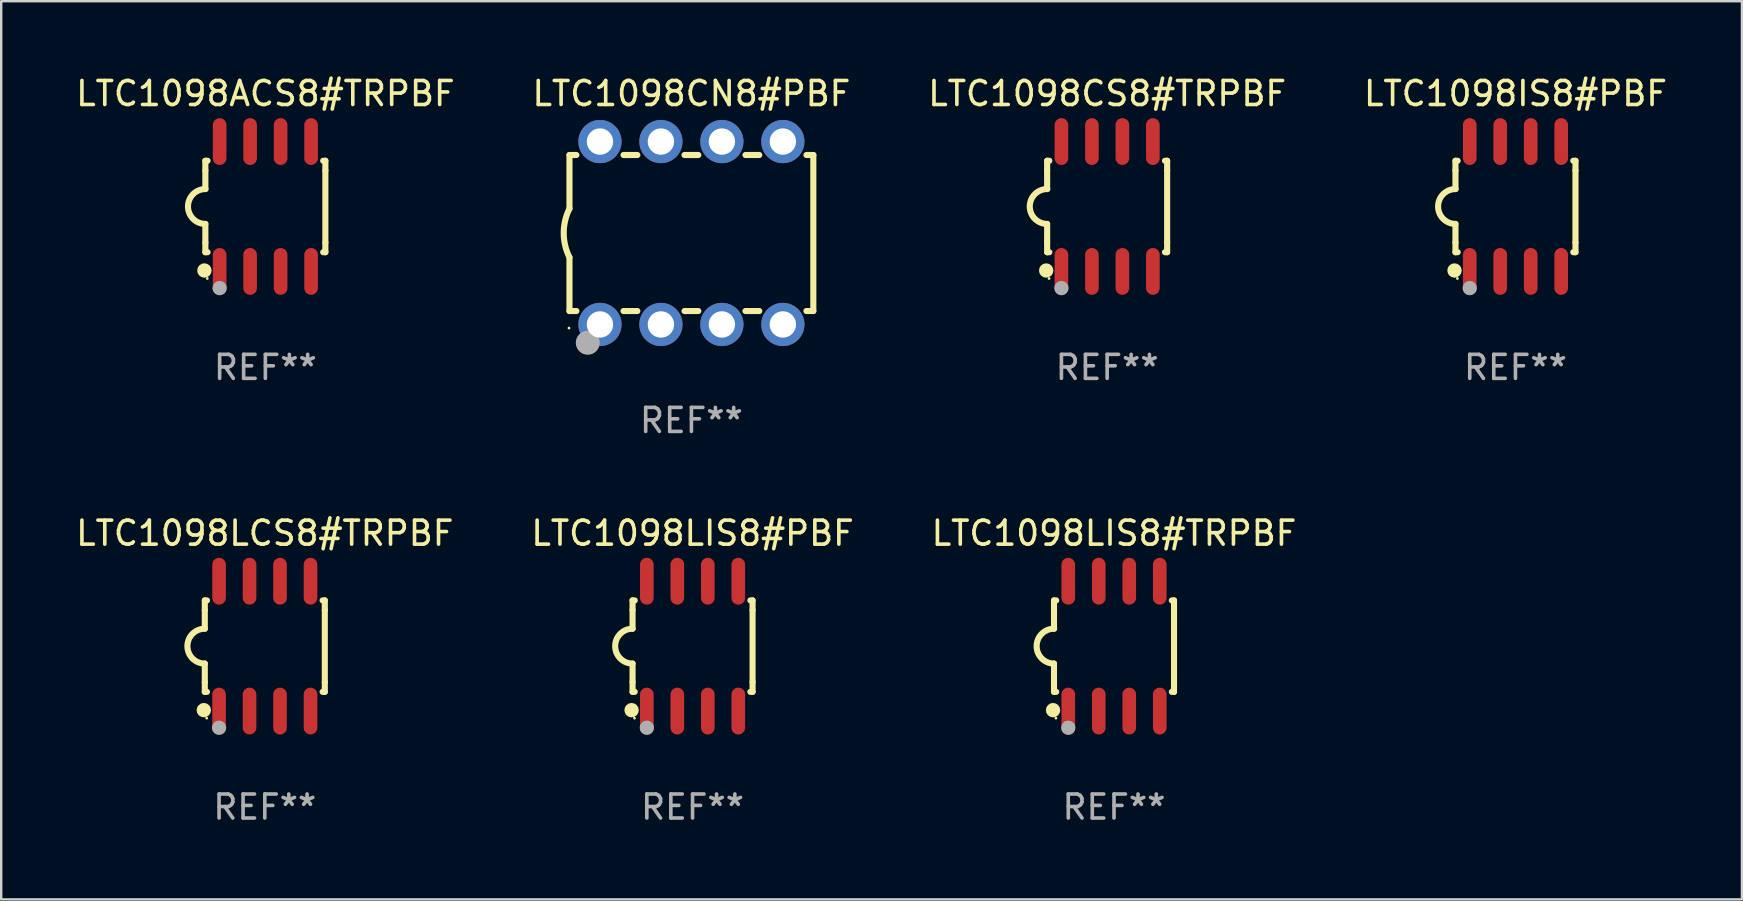
<source format=kicad_pcb>
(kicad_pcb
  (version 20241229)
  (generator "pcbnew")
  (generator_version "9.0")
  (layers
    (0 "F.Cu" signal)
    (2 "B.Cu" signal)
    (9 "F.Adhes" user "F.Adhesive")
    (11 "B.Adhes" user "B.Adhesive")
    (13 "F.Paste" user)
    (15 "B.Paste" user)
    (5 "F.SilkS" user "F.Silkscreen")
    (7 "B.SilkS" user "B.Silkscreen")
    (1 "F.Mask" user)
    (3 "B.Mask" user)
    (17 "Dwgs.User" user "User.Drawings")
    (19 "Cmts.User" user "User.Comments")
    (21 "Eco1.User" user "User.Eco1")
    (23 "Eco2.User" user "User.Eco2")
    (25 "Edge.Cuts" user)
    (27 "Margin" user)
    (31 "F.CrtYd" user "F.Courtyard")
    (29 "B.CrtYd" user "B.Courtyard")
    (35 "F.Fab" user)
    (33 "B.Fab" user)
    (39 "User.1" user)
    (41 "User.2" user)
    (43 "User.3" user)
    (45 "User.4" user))
  (footprint "LTC1098CN8#PBF"
    (layer "F.Cu")
    (at 25.756 6.658)
    (property "Reference" "LTC1098CN8#PBF" (at 0 -5.81 0) (layer "F.SilkS") (effects (font (size 1 1) (thickness 0.15))))
    (attr through_hole)
    (fp_line (start -5.08 -3.25) (end -5.08 -1.017) (stroke (width 0.254) (type solid)) (layer "F.SilkS"))
    (fp_line (start -5.08 -3.25) (end -4.792 -3.25) (stroke (width 0.254) (type solid)) (layer "F.SilkS"))
    (fp_line (start -5.08 3.25) (end -5.08 1.015) (stroke (width 0.254) (type solid)) (layer "F.SilkS"))
    (fp_line (start -5.08 3.25) (end -4.792 3.25) (stroke (width 0.254) (type solid)) (layer "F.SilkS"))
    (fp_line (start -2.828 -3.25) (end -2.252 -3.25) (stroke (width 0.254) (type solid)) (layer "F.SilkS"))
    (fp_line (start -2.828 3.25) (end -2.252 3.25) (stroke (width 0.254) (type solid)) (layer "F.SilkS"))
    (fp_line (start -0.288 -3.25) (end 0.288 -3.25) (stroke (width 0.254) (type solid)) (layer "F.SilkS"))
    (fp_line (start -0.288 3.25) (end 0.288 3.25) (stroke (width 0.254) (type solid)) (layer "F.SilkS"))
    (fp_line (start 2.252 -3.25) (end 2.828 -3.25) (stroke (width 0.254) (type solid)) (layer "F.SilkS"))
    (fp_line (start 2.252 3.25) (end 2.828 3.25) (stroke (width 0.254) (type solid)) (layer "F.SilkS"))
    (fp_line (start 4.792 -3.25) (end 5.08 -3.25) (stroke (width 0.254) (type solid)) (layer "F.SilkS"))
    (fp_line (start 4.792 3.25) (end 5.08 3.25) (stroke (width 0.254) (type solid)) (layer "F.SilkS"))
    (fp_line (start 5.08 -3.25) (end 5.08 3.25) (stroke (width 0.254) (type solid)) (layer "F.SilkS"))
    (fp_arc (start -5.08001 1.01524) (mid -5.319856 -0.000762) (end -5.08001 -1.016764) (stroke (width 0.254001) (type solid)) (layer "F.SilkS"))
    (fp_circle (center -5.1 3.96) (end -5.07 3.96) (stroke (width 0.06) (type solid)) (fill no) (layer "F.SilkS"))
    (fp_circle (center -4.318 4.572) (end -4.068 4.572) (stroke (width 0.5) (type solid)) (fill no) (layer "F.Fab"))
    (fp_text user "REF**" (at 0 7.81 0) (layer "F.Fab") (effects (font (size 1 1) (thickness 0.15))))
    (pad "1" thru_hole circle (at -3.81 3.81) (size 1.8 1.8) (drill 1.1) (layers "*.Cu" "*.Mask"))
    (pad "2" thru_hole circle (at -1.27 3.81) (size 1.8 1.8) (drill 1.1) (layers "*.Cu" "*.Mask"))
    (pad "3" thru_hole circle (at 1.27 3.81) (size 1.8 1.8) (drill 1.1) (layers "*.Cu" "*.Mask"))
    (pad "4" thru_hole circle (at 3.81 3.81) (size 1.8 1.8) (drill 1.1) (layers "*.Cu" "*.Mask"))
    (pad "5" thru_hole circle (at 3.81 -3.81) (size 1.8 1.8) (drill 1.1) (layers "*.Cu" "*.Mask"))
    (pad "6" thru_hole circle (at 1.27 -3.81) (size 1.8 1.8) (drill 1.1) (layers "*.Cu" "*.Mask"))
    (pad "7" thru_hole circle (at -1.27 -3.81) (size 1.8 1.8) (drill 1.1) (layers "*.Cu" "*.Mask"))
    (pad "8" thru_hole circle (at -3.81 -3.81) (size 1.8 1.8) (drill 1.1) (layers "*.Cu" "*.Mask")))
  (footprint "LTC1098ACS8#TRPBF"
    (layer "F.Cu")
    (at 8.006 5.553)
    (property "Reference" "LTC1098ACS8#TRPBF" (at 0 -4.705 0) (layer "F.SilkS") (effects (font (size 1 1) (thickness 0.15))))
    (attr through_hole)
    (fp_line (start -2.5 -1.905) (end -2.409 -1.905) (stroke (width 0.254) (type solid)) (layer "F.SilkS"))
    (fp_line (start -2.5 -1.5) (end -2.5 -1.905) (stroke (width 0.254) (type solid)) (layer "F.SilkS"))
    (fp_line (start -2.5 -1.5) (end -2.5 -0.726) (stroke (width 0.254) (type solid)) (layer "F.SilkS"))
    (fp_line (start -2.5 1.5) (end -2.5 0.727) (stroke (width 0.254) (type solid)) (layer "F.SilkS"))
    (fp_line (start -2.5 1.5) (end -2.5 1.905) (stroke (width 0.254) (type solid)) (layer "F.SilkS"))
    (fp_line (start -2.5 1.905) (end -2.409 1.905) (stroke (width 0.254) (type solid)) (layer "F.SilkS"))
    (fp_line (start 2.5 -1.905) (end 2.409 -1.905) (stroke (width 0.254) (type solid)) (layer "F.SilkS"))
    (fp_line (start 2.5 -1.5) (end 2.5 -1.905) (stroke (width 0.254) (type solid)) (layer "F.SilkS"))
    (fp_line (start 2.5 -1.5) (end 2.5 1.5) (stroke (width 0.254) (type solid)) (layer "F.SilkS"))
    (fp_line (start 2.5 1.5) (end 2.5 1.905) (stroke (width 0.254) (type solid)) (layer "F.SilkS"))
    (fp_line (start 2.5 1.905) (end 2.409 1.905) (stroke (width 0.254) (type solid)) (layer "F.SilkS"))
    (fp_arc (start -2.5 0.726568) (mid -3.220316 -0.0023) (end -2.495097 -0.726289) (stroke (width 0.254001) (type solid)) (layer "F.SilkS"))
    (fp_circle (center -2.54 2.667) (end -2.39 2.667) (stroke (width 0.3) (type solid)) (fill no) (layer "F.SilkS"))
    (fp_circle (center -2.42 3) (end -2.39 3) (stroke (width 0.06) (type solid)) (fill no) (layer "F.SilkS"))
    (fp_circle (center -1.905 3.4) (end -1.755 3.4) (stroke (width 0.3) (type solid)) (fill no) (layer "F.Fab"))
    (fp_text user "REF**" (at 0 6.705 0) (layer "F.Fab") (effects (font (size 1 1) (thickness 0.15))))
    (pad "1" smd oval (at -1.905 2.705) (size 0.568 1.95) (layers "F.Cu" "F.Mask" "F.Paste"))
    (pad "2" smd oval (at -0.635 2.705) (size 0.568 1.95) (layers "F.Cu" "F.Mask" "F.Paste"))
    (pad "3" smd oval (at 0.635 2.705) (size 0.568 1.95) (layers "F.Cu" "F.Mask" "F.Paste"))
    (pad "4" smd oval (at 1.905 2.705) (size 0.568 1.95) (layers "F.Cu" "F.Mask" "F.Paste"))
    (pad "5" smd oval (at 1.905 -2.705) (size 0.568 1.95) (layers "F.Cu" "F.Mask" "F.Paste"))
    (pad "6" smd oval (at 0.635 -2.705) (size 0.568 1.95) (layers "F.Cu" "F.Mask" "F.Paste"))
    (pad "7" smd oval (at -0.635 -2.705) (size 0.568 1.95) (layers "F.Cu" "F.Mask" "F.Paste"))
    (pad "8" smd oval (at -1.905 -2.705) (size 0.568 1.95) (layers "F.Cu" "F.Mask" "F.Paste")))
  (footprint "LTC1098LIS8#PBF"
    (layer "F.Cu")
    (at 25.804 23.87)
    (property "Reference" "LTC1098LIS8#PBF" (at 0 -4.705 0) (layer "F.SilkS") (effects (font (size 1 1) (thickness 0.15))))
    (attr through_hole)
    (fp_line (start -2.5 -1.905) (end -2.409 -1.905) (stroke (width 0.254) (type solid)) (layer "F.SilkS"))
    (fp_line (start -2.5 -1.5) (end -2.5 -1.905) (stroke (width 0.254) (type solid)) (layer "F.SilkS"))
    (fp_line (start -2.5 -1.5) (end -2.5 -0.726) (stroke (width 0.254) (type solid)) (layer "F.SilkS"))
    (fp_line (start -2.5 1.5) (end -2.5 0.727) (stroke (width 0.254) (type solid)) (layer "F.SilkS"))
    (fp_line (start -2.5 1.5) (end -2.5 1.905) (stroke (width 0.254) (type solid)) (layer "F.SilkS"))
    (fp_line (start -2.5 1.905) (end -2.409 1.905) (stroke (width 0.254) (type solid)) (layer "F.SilkS"))
    (fp_line (start 2.5 -1.905) (end 2.409 -1.905) (stroke (width 0.254) (type solid)) (layer "F.SilkS"))
    (fp_line (start 2.5 -1.5) (end 2.5 -1.905) (stroke (width 0.254) (type solid)) (layer "F.SilkS"))
    (fp_line (start 2.5 -1.5) (end 2.5 1.5) (stroke (width 0.254) (type solid)) (layer "F.SilkS"))
    (fp_line (start 2.5 1.5) (end 2.5 1.905) (stroke (width 0.254) (type solid)) (layer "F.SilkS"))
    (fp_line (start 2.5 1.905) (end 2.409 1.905) (stroke (width 0.254) (type solid)) (layer "F.SilkS"))
    (fp_arc (start -2.5 0.726568) (mid -3.220316 -0.0023) (end -2.495097 -0.726289) (stroke (width 0.254001) (type solid)) (layer "F.SilkS"))
    (fp_circle (center -2.54 2.667) (end -2.39 2.667) (stroke (width 0.3) (type solid)) (fill no) (layer "F.SilkS"))
    (fp_circle (center -2.42 3) (end -2.39 3) (stroke (width 0.06) (type solid)) (fill no) (layer "F.SilkS"))
    (fp_circle (center -1.905 3.4) (end -1.755 3.4) (stroke (width 0.3) (type solid)) (fill no) (layer "F.Fab"))
    (fp_text user "REF**" (at 0 6.705 0) (layer "F.Fab") (effects (font (size 1 1) (thickness 0.15))))
    (pad "1" smd oval (at -1.905 2.705) (size 0.568 1.95) (layers "F.Cu" "F.Mask" "F.Paste"))
    (pad "2" smd oval (at -0.635 2.705) (size 0.568 1.95) (layers "F.Cu" "F.Mask" "F.Paste"))
    (pad "3" smd oval (at 0.635 2.705) (size 0.568 1.95) (layers "F.Cu" "F.Mask" "F.Paste"))
    (pad "4" smd oval (at 1.905 2.705) (size 0.568 1.95) (layers "F.Cu" "F.Mask" "F.Paste"))
    (pad "5" smd oval (at 1.905 -2.705) (size 0.568 1.95) (layers "F.Cu" "F.Mask" "F.Paste"))
    (pad "6" smd oval (at 0.635 -2.705) (size 0.568 1.95) (layers "F.Cu" "F.Mask" "F.Paste"))
    (pad "7" smd oval (at -0.635 -2.705) (size 0.568 1.95) (layers "F.Cu" "F.Mask" "F.Paste"))
    (pad "8" smd oval (at -1.905 -2.705) (size 0.568 1.95) (layers "F.Cu" "F.Mask" "F.Paste")))
  (footprint "LTC1098LIS8#TRPBF"
    (layer "F.Cu")
    (at 43.363 23.87)
    (property "Reference" "LTC1098LIS8#TRPBF" (at 0 -4.705 0) (layer "F.SilkS") (effects (font (size 1 1) (thickness 0.15))))
    (attr through_hole)
    (fp_line (start -2.5 -1.905) (end -2.409 -1.905) (stroke (width 0.254) (type solid)) (layer "F.SilkS"))
    (fp_line (start -2.5 -1.5) (end -2.5 -1.905) (stroke (width 0.254) (type solid)) (layer "F.SilkS"))
    (fp_line (start -2.5 -1.5) (end -2.5 -0.726) (stroke (width 0.254) (type solid)) (layer "F.SilkS"))
    (fp_line (start -2.5 1.5) (end -2.5 0.727) (stroke (width 0.254) (type solid)) (layer "F.SilkS"))
    (fp_line (start -2.5 1.5) (end -2.5 1.905) (stroke (width 0.254) (type solid)) (layer "F.SilkS"))
    (fp_line (start -2.5 1.905) (end -2.409 1.905) (stroke (width 0.254) (type solid)) (layer "F.SilkS"))
    (fp_line (start 2.5 -1.905) (end 2.409 -1.905) (stroke (width 0.254) (type solid)) (layer "F.SilkS"))
    (fp_line (start 2.5 -1.5) (end 2.5 -1.905) (stroke (width 0.254) (type solid)) (layer "F.SilkS"))
    (fp_line (start 2.5 -1.5) (end 2.5 1.5) (stroke (width 0.254) (type solid)) (layer "F.SilkS"))
    (fp_line (start 2.5 1.5) (end 2.5 1.905) (stroke (width 0.254) (type solid)) (layer "F.SilkS"))
    (fp_line (start 2.5 1.905) (end 2.409 1.905) (stroke (width 0.254) (type solid)) (layer "F.SilkS"))
    (fp_arc (start -2.5 0.726568) (mid -3.220316 -0.0023) (end -2.495097 -0.726289) (stroke (width 0.254001) (type solid)) (layer "F.SilkS"))
    (fp_circle (center -2.54 2.667) (end -2.39 2.667) (stroke (width 0.3) (type solid)) (fill no) (layer "F.SilkS"))
    (fp_circle (center -2.42 3) (end -2.39 3) (stroke (width 0.06) (type solid)) (fill no) (layer "F.SilkS"))
    (fp_circle (center -1.905 3.4) (end -1.755 3.4) (stroke (width 0.3) (type solid)) (fill no) (layer "F.Fab"))
    (fp_text user "REF**" (at 0 6.705 0) (layer "F.Fab") (effects (font (size 1 1) (thickness 0.15))))
    (pad "1" smd oval (at -1.905 2.705) (size 0.568 1.95) (layers "F.Cu" "F.Mask" "F.Paste"))
    (pad "2" smd oval (at -0.635 2.705) (size 0.568 1.95) (layers "F.Cu" "F.Mask" "F.Paste"))
    (pad "3" smd oval (at 0.635 2.705) (size 0.568 1.95) (layers "F.Cu" "F.Mask" "F.Paste"))
    (pad "4" smd oval (at 1.905 2.705) (size 0.568 1.95) (layers "F.Cu" "F.Mask" "F.Paste"))
    (pad "5" smd oval (at 1.905 -2.705) (size 0.568 1.95) (layers "F.Cu" "F.Mask" "F.Paste"))
    (pad "6" smd oval (at 0.635 -2.705) (size 0.568 1.95) (layers "F.Cu" "F.Mask" "F.Paste"))
    (pad "7" smd oval (at -0.635 -2.705) (size 0.568 1.95) (layers "F.Cu" "F.Mask" "F.Paste"))
    (pad "8" smd oval (at -1.905 -2.705) (size 0.568 1.95) (layers "F.Cu" "F.Mask" "F.Paste")))
  (footprint "LTC1098CS8#TRPBF"
    (layer "F.Cu")
    (at 43.077 5.553)
    (property "Reference" "LTC1098CS8#TRPBF" (at 0 -4.705 0) (layer "F.SilkS") (effects (font (size 1 1) (thickness 0.15))))
    (attr through_hole)
    (fp_line (start -2.5 -1.905) (end -2.409 -1.905) (stroke (width 0.254) (type solid)) (layer "F.SilkS"))
    (fp_line (start -2.5 -1.5) (end -2.5 -1.905) (stroke (width 0.254) (type solid)) (layer "F.SilkS"))
    (fp_line (start -2.5 -1.5) (end -2.5 -0.726) (stroke (width 0.254) (type solid)) (layer "F.SilkS"))
    (fp_line (start -2.5 1.5) (end -2.5 0.727) (stroke (width 0.254) (type solid)) (layer "F.SilkS"))
    (fp_line (start -2.5 1.5) (end -2.5 1.905) (stroke (width 0.254) (type solid)) (layer "F.SilkS"))
    (fp_line (start -2.5 1.905) (end -2.409 1.905) (stroke (width 0.254) (type solid)) (layer "F.SilkS"))
    (fp_line (start 2.5 -1.905) (end 2.409 -1.905) (stroke (width 0.254) (type solid)) (layer "F.SilkS"))
    (fp_line (start 2.5 -1.5) (end 2.5 -1.905) (stroke (width 0.254) (type solid)) (layer "F.SilkS"))
    (fp_line (start 2.5 -1.5) (end 2.5 1.5) (stroke (width 0.254) (type solid)) (layer "F.SilkS"))
    (fp_line (start 2.5 1.5) (end 2.5 1.905) (stroke (width 0.254) (type solid)) (layer "F.SilkS"))
    (fp_line (start 2.5 1.905) (end 2.409 1.905) (stroke (width 0.254) (type solid)) (layer "F.SilkS"))
    (fp_arc (start -2.5 0.726568) (mid -3.220316 -0.0023) (end -2.495097 -0.726289) (stroke (width 0.254001) (type solid)) (layer "F.SilkS"))
    (fp_circle (center -2.54 2.667) (end -2.39 2.667) (stroke (width 0.3) (type solid)) (fill no) (layer "F.SilkS"))
    (fp_circle (center -2.42 3) (end -2.39 3) (stroke (width 0.06) (type solid)) (fill no) (layer "F.SilkS"))
    (fp_circle (center -1.905 3.4) (end -1.755 3.4) (stroke (width 0.3) (type solid)) (fill no) (layer "F.Fab"))
    (fp_text user "REF**" (at 0 6.705 0) (layer "F.Fab") (effects (font (size 1 1) (thickness 0.15))))
    (pad "1" smd oval (at -1.905 2.705) (size 0.568 1.95) (layers "F.Cu" "F.Mask" "F.Paste"))
    (pad "2" smd oval (at -0.635 2.705) (size 0.568 1.95) (layers "F.Cu" "F.Mask" "F.Paste"))
    (pad "3" smd oval (at 0.635 2.705) (size 0.568 1.95) (layers "F.Cu" "F.Mask" "F.Paste"))
    (pad "4" smd oval (at 1.905 2.705) (size 0.568 1.95) (layers "F.Cu" "F.Mask" "F.Paste"))
    (pad "5" smd oval (at 1.905 -2.705) (size 0.568 1.95) (layers "F.Cu" "F.Mask" "F.Paste"))
    (pad "6" smd oval (at 0.635 -2.705) (size 0.568 1.95) (layers "F.Cu" "F.Mask" "F.Paste"))
    (pad "7" smd oval (at -0.635 -2.705) (size 0.568 1.95) (layers "F.Cu" "F.Mask" "F.Paste"))
    (pad "8" smd oval (at -1.905 -2.705) (size 0.568 1.95) (layers "F.Cu" "F.Mask" "F.Paste")))
  (footprint "LTC1098LCS8#TRPBF"
    (layer "F.Cu")
    (at 7.982 23.87)
    (property "Reference" "LTC1098LCS8#TRPBF" (at 0 -4.705 0) (layer "F.SilkS") (effects (font (size 1 1) (thickness 0.15))))
    (attr through_hole)
    (fp_line (start -2.5 -1.905) (end -2.409 -1.905) (stroke (width 0.254) (type solid)) (layer "F.SilkS"))
    (fp_line (start -2.5 -1.5) (end -2.5 -1.905) (stroke (width 0.254) (type solid)) (layer "F.SilkS"))
    (fp_line (start -2.5 -1.5) (end -2.5 -0.726) (stroke (width 0.254) (type solid)) (layer "F.SilkS"))
    (fp_line (start -2.5 1.5) (end -2.5 0.727) (stroke (width 0.254) (type solid)) (layer "F.SilkS"))
    (fp_line (start -2.5 1.5) (end -2.5 1.905) (stroke (width 0.254) (type solid)) (layer "F.SilkS"))
    (fp_line (start -2.5 1.905) (end -2.409 1.905) (stroke (width 0.254) (type solid)) (layer "F.SilkS"))
    (fp_line (start 2.5 -1.905) (end 2.409 -1.905) (stroke (width 0.254) (type solid)) (layer "F.SilkS"))
    (fp_line (start 2.5 -1.5) (end 2.5 -1.905) (stroke (width 0.254) (type solid)) (layer "F.SilkS"))
    (fp_line (start 2.5 -1.5) (end 2.5 1.5) (stroke (width 0.254) (type solid)) (layer "F.SilkS"))
    (fp_line (start 2.5 1.5) (end 2.5 1.905) (stroke (width 0.254) (type solid)) (layer "F.SilkS"))
    (fp_line (start 2.5 1.905) (end 2.409 1.905) (stroke (width 0.254) (type solid)) (layer "F.SilkS"))
    (fp_arc (start -2.5 0.726568) (mid -3.220316 -0.0023) (end -2.495097 -0.726289) (stroke (width 0.254001) (type solid)) (layer "F.SilkS"))
    (fp_circle (center -2.54 2.667) (end -2.39 2.667) (stroke (width 0.3) (type solid)) (fill no) (layer "F.SilkS"))
    (fp_circle (center -2.42 3) (end -2.39 3) (stroke (width 0.06) (type solid)) (fill no) (layer "F.SilkS"))
    (fp_circle (center -1.905 3.4) (end -1.755 3.4) (stroke (width 0.3) (type solid)) (fill no) (layer "F.Fab"))
    (fp_text user "REF**" (at 0 6.705 0) (layer "F.Fab") (effects (font (size 1 1) (thickness 0.15))))
    (pad "1" smd oval (at -1.905 2.705) (size 0.568 1.95) (layers "F.Cu" "F.Mask" "F.Paste"))
    (pad "2" smd oval (at -0.635 2.705) (size 0.568 1.95) (layers "F.Cu" "F.Mask" "F.Paste"))
    (pad "3" smd oval (at 0.635 2.705) (size 0.568 1.95) (layers "F.Cu" "F.Mask" "F.Paste"))
    (pad "4" smd oval (at 1.905 2.705) (size 0.568 1.95) (layers "F.Cu" "F.Mask" "F.Paste"))
    (pad "5" smd oval (at 1.905 -2.705) (size 0.568 1.95) (layers "F.Cu" "F.Mask" "F.Paste"))
    (pad "6" smd oval (at 0.635 -2.705) (size 0.568 1.95) (layers "F.Cu" "F.Mask" "F.Paste"))
    (pad "7" smd oval (at -0.635 -2.705) (size 0.568 1.95) (layers "F.Cu" "F.Mask" "F.Paste"))
    (pad "8" smd oval (at -1.905 -2.705) (size 0.568 1.95) (layers "F.Cu" "F.Mask" "F.Paste")))
  (footprint "LTC1098IS8#PBF"
    (layer "F.Cu")
    (at 60.089 5.553)
    (property "Reference" "LTC1098IS8#PBF" (at 0 -4.705 0) (layer "F.SilkS") (effects (font (size 1 1) (thickness 0.15))))
    (attr through_hole)
    (fp_line (start -2.5 -1.905) (end -2.409 -1.905) (stroke (width 0.254) (type solid)) (layer "F.SilkS"))
    (fp_line (start -2.5 -1.5) (end -2.5 -1.905) (stroke (width 0.254) (type solid)) (layer "F.SilkS"))
    (fp_line (start -2.5 -1.5) (end -2.5 -0.726) (stroke (width 0.254) (type solid)) (layer "F.SilkS"))
    (fp_line (start -2.5 1.5) (end -2.5 0.727) (stroke (width 0.254) (type solid)) (layer "F.SilkS"))
    (fp_line (start -2.5 1.5) (end -2.5 1.905) (stroke (width 0.254) (type solid)) (layer "F.SilkS"))
    (fp_line (start -2.5 1.905) (end -2.409 1.905) (stroke (width 0.254) (type solid)) (layer "F.SilkS"))
    (fp_line (start 2.5 -1.905) (end 2.409 -1.905) (stroke (width 0.254) (type solid)) (layer "F.SilkS"))
    (fp_line (start 2.5 -1.5) (end 2.5 -1.905) (stroke (width 0.254) (type solid)) (layer "F.SilkS"))
    (fp_line (start 2.5 -1.5) (end 2.5 1.5) (stroke (width 0.254) (type solid)) (layer "F.SilkS"))
    (fp_line (start 2.5 1.5) (end 2.5 1.905) (stroke (width 0.254) (type solid)) (layer "F.SilkS"))
    (fp_line (start 2.5 1.905) (end 2.409 1.905) (stroke (width 0.254) (type solid)) (layer "F.SilkS"))
    (fp_arc (start -2.5 0.726568) (mid -3.220316 -0.0023) (end -2.495097 -0.726289) (stroke (width 0.254001) (type solid)) (layer "F.SilkS"))
    (fp_circle (center -2.54 2.667) (end -2.39 2.667) (stroke (width 0.3) (type solid)) (fill no) (layer "F.SilkS"))
    (fp_circle (center -2.42 3) (end -2.39 3) (stroke (width 0.06) (type solid)) (fill no) (layer "F.SilkS"))
    (fp_circle (center -1.905 3.4) (end -1.755 3.4) (stroke (width 0.3) (type solid)) (fill no) (layer "F.Fab"))
    (fp_text user "REF**" (at 0 6.705 0) (layer "F.Fab") (effects (font (size 1 1) (thickness 0.15))))
    (pad "1" smd oval (at -1.905 2.705) (size 0.568 1.95) (layers "F.Cu" "F.Mask" "F.Paste"))
    (pad "2" smd oval (at -0.635 2.705) (size 0.568 1.95) (layers "F.Cu" "F.Mask" "F.Paste"))
    (pad "3" smd oval (at 0.635 2.705) (size 0.568 1.95) (layers "F.Cu" "F.Mask" "F.Paste"))
    (pad "4" smd oval (at 1.905 2.705) (size 0.568 1.95) (layers "F.Cu" "F.Mask" "F.Paste"))
    (pad "5" smd oval (at 1.905 -2.705) (size 0.568 1.95) (layers "F.Cu" "F.Mask" "F.Paste"))
    (pad "6" smd oval (at 0.635 -2.705) (size 0.568 1.95) (layers "F.Cu" "F.Mask" "F.Paste"))
    (pad "7" smd oval (at -0.635 -2.705) (size 0.568 1.95) (layers "F.Cu" "F.Mask" "F.Paste"))
    (pad "8" smd oval (at -1.905 -2.705) (size 0.568 1.95) (layers "F.Cu" "F.Mask" "F.Paste")))
  (gr_rect
    (start -3 -3)
    (end 69.524 34.423)
    (stroke (width 0.1) (type default))
    (fill no)
    (layer "Edge.Cuts")))
</source>
